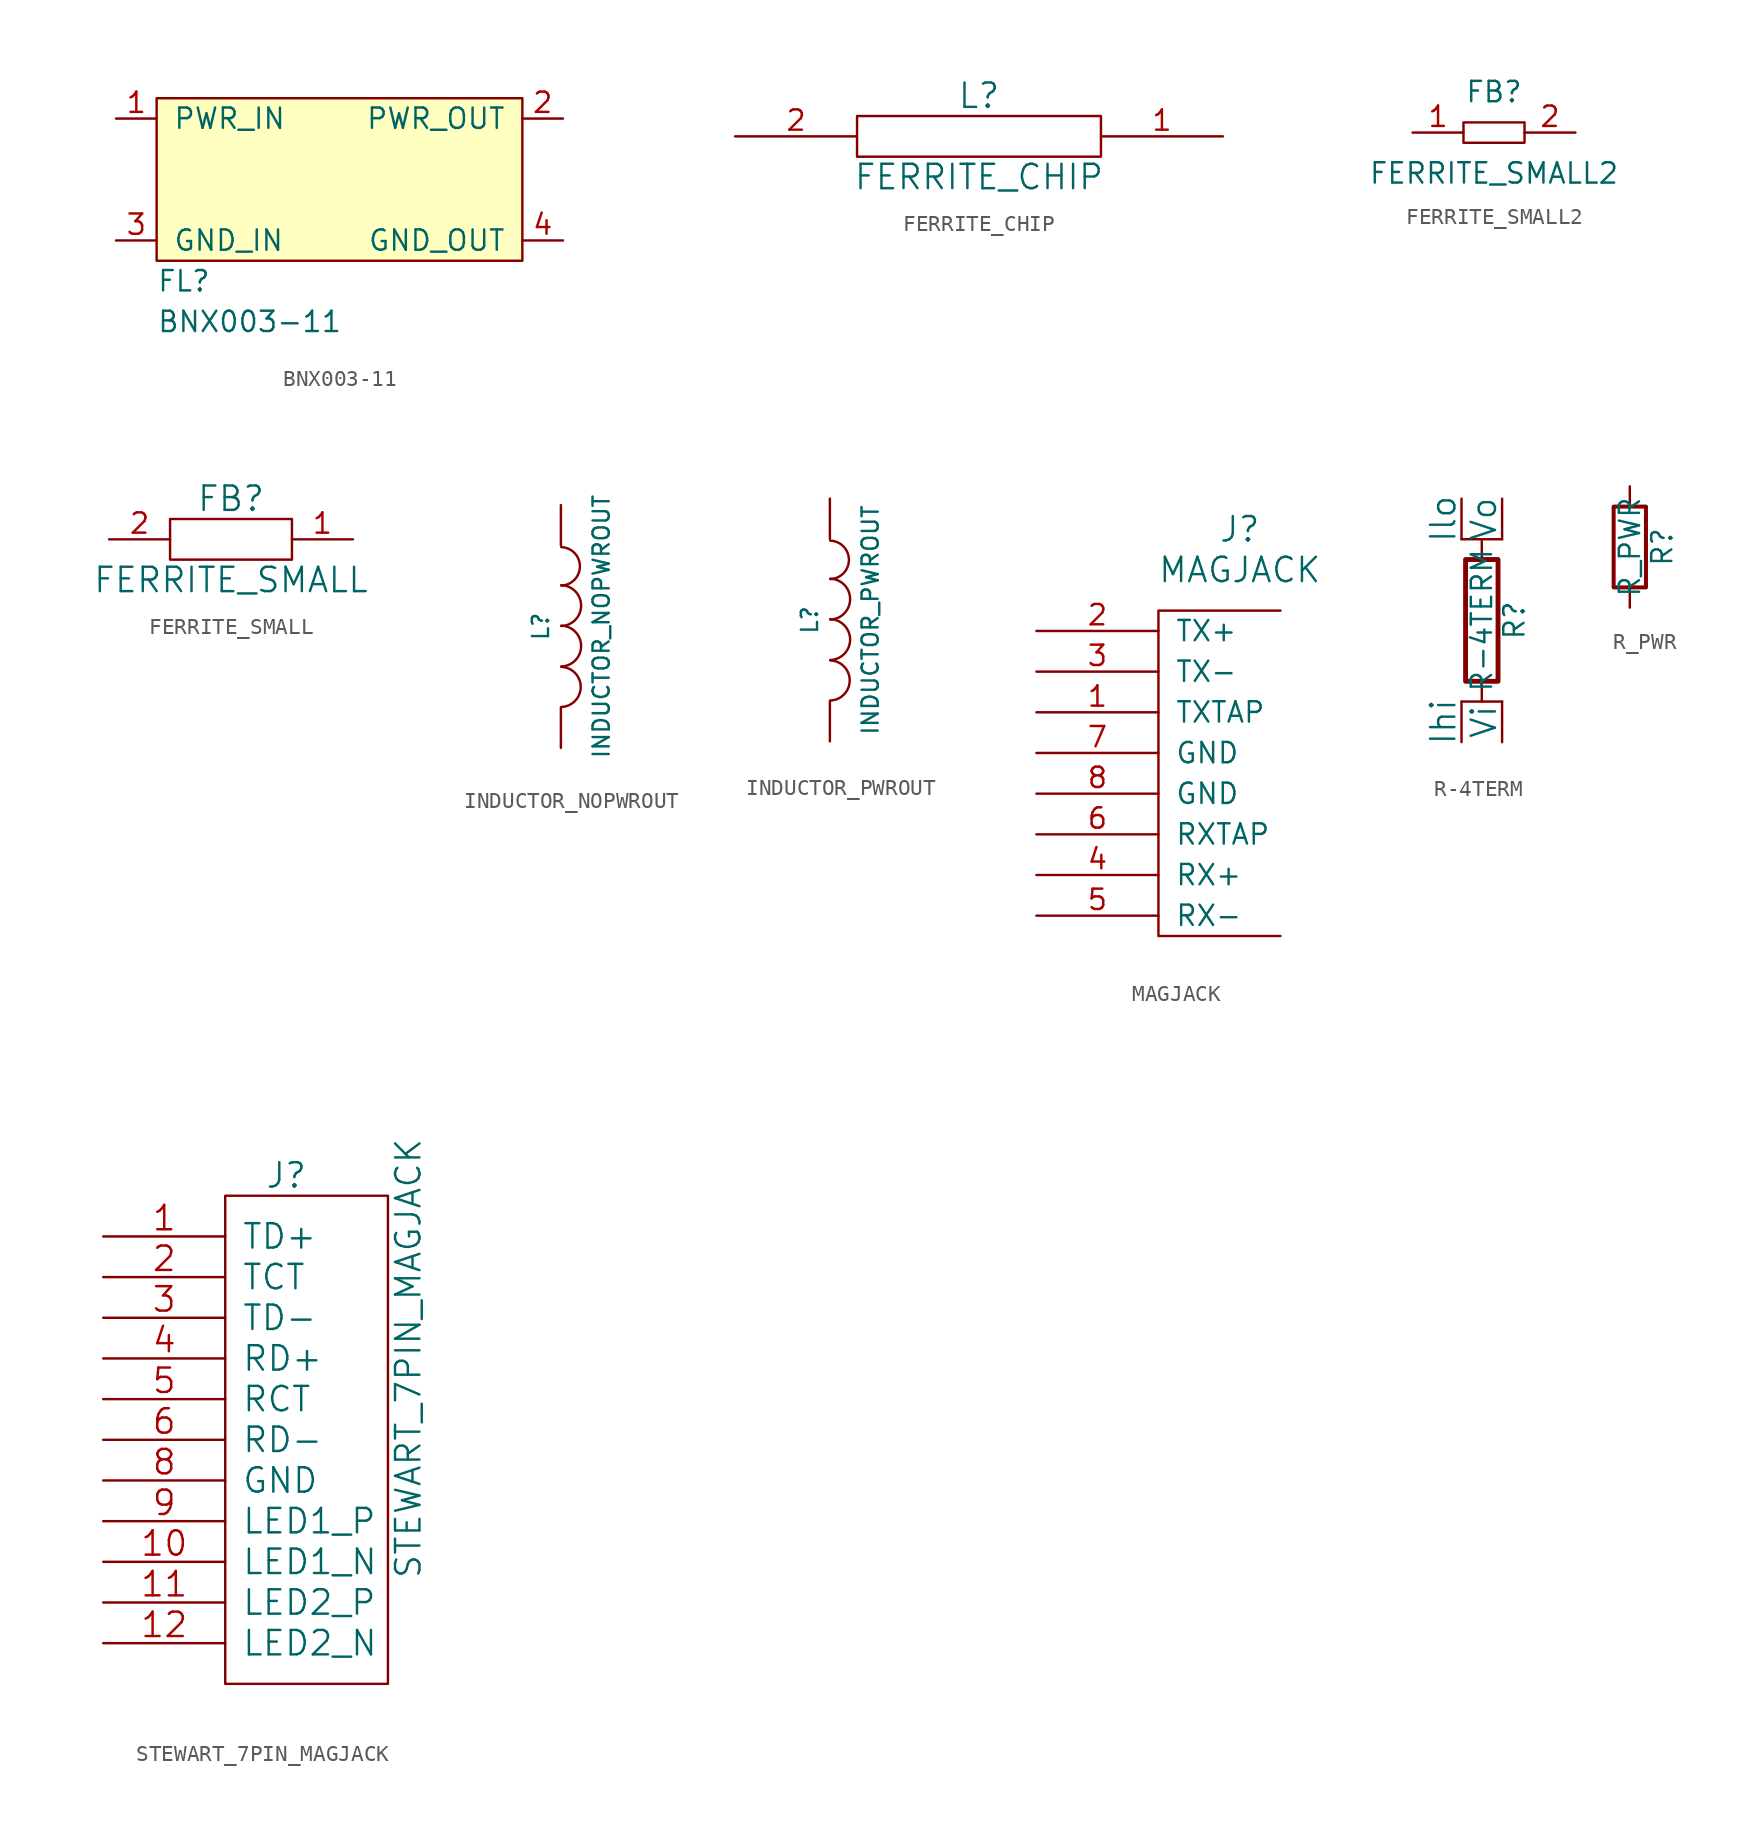
<source format=kicad_sym>
(kicad_symbol_lib
  (version 20211014)
  (generator kicad_symbol_editor)
  (symbol "BNX003-11"
    (pin_names
      (offset 1.016))
    (property "Reference" "FL"
      (at 0 -1.27 0)
      (effects (font (size 1.27 1.27)) (justify left)))
    (property "Value" "BNX003-11"
      (at 0 -3.81 0)
      (effects (font (size 1.27 1.27)) (justify left)))
    (symbol "BNX003-11_0_1"
      (rectangle (start 0 10.16) (end 22.86 0) (stroke (width 0) (type default) (color 0 0 0 0)) (fill (type background))))
    (symbol "BNX003-11_1_1"
      (pin power_in line (at -2.54 8.89 0) (length 2.54) (name "PWR_IN" (effects (font (size 1.27 1.27)))) (number "1" (effects (font (size 1.27 1.27)))))
      (pin power_out line (at 25.4 8.89 180) (length 2.54) (name "PWR_OUT" (effects (font (size 1.27 1.27)))) (number "2" (effects (font (size 1.27 1.27)))))
      (pin power_in line (at -2.54 1.27 0) (length 2.54) (name "GND_IN" (effects (font (size 1.27 1.27)))) (number "3" (effects (font (size 1.27 1.27)))))
      (pin power_out line (at 25.4 1.27 180) (length 2.54) (name "GND_OUT" (effects (font (size 1.27 1.27)))) (number "4" (effects (font (size 1.27 1.27)))))))
  (symbol "FERRITE_CHIP"
    (pin_names
      (offset 1.016))
    (property "Reference" "L"
      (at 0 2.54 0)
      (effects (font (size 1.524 1.524))))
    (property "Value" "FERRITE_CHIP"
      (at 0 -2.54 0)
      (effects (font (size 1.524 1.524))))
    (property "Footprint" ""
      (at 0 0 0)
      (effects (font (size 1.524 1.524))))
    (property "Datasheet" ""
      (at 0 0 0)
      (effects (font (size 1.524 1.524))))
    (symbol "FERRITE_CHIP_0_1"
      (rectangle (start -7.62 1.27) (end 7.62 -1.27) (stroke (width 0) (type default) (color 0 0 0 0)) (fill (type none))))
    (symbol "FERRITE_CHIP_1_1"
      (pin power_out line (at 15.24 0 180) (length 7.62) (name "~" (effects (font (size 1.27 1.27)))) (number "1" (effects (font (size 1.27 1.27)))))
      (pin power_in line (at -15.24 0 0) (length 7.62) (name "~" (effects (font (size 1.27 1.27)))) (number "2" (effects (font (size 1.27 1.27)))))))
  (symbol "FERRITE_SMALL2"
    (pin_names
      (offset 1.016))
    (property "Reference" "FB"
      (at 0 2.54 0)
      (effects (font (size 1.27 1.27))))
    (property "Value" "FERRITE_SMALL2"
      (at 0 -2.54 0)
      (effects (font (size 1.27 1.27))))
    (property "Footprint" ""
      (at 0 0 0)
      (effects (font (size 1.524 1.524))))
    (property "Datasheet" ""
      (at 0 0 0)
      (effects (font (size 1.524 1.524))))
    (symbol "FERRITE_SMALL2_0_1"
      (rectangle (start -1.905 0.635) (end 1.905 -0.635) (stroke (width 0) (type default) (color 0 0 0 0)) (fill (type none))))
    (symbol "FERRITE_SMALL2_1_1"
      (pin input line (at -5.08 0 0) (length 3.175) (name "~" (effects (font (size 1.27 1.27)))) (number "1" (effects (font (size 1.27 1.27)))))
      (pin power_out line (at 5.08 0 180) (length 3.175) (name "~" (effects (font (size 1.27 1.27)))) (number "2" (effects (font (size 1.27 1.27)))))))
  (symbol "FERRITE_SMALL"
    (pin_names
      (offset 1.016))
    (property "Reference" "FB"
      (at 0 2.54 0)
      (effects (font (size 1.524 1.524))))
    (property "Value" "FERRITE_SMALL"
      (at 0 -2.54 0)
      (effects (font (size 1.524 1.524))))
    (property "Footprint" ""
      (at 0 0 0)
      (effects (font (size 1.524 1.524))))
    (property "Datasheet" ""
      (at 0 0 0)
      (effects (font (size 1.524 1.524))))
    (symbol "FERRITE_SMALL_0_1"
      (rectangle (start -3.81 1.27) (end 3.81 -1.27) (stroke (width 0) (type default) (color 0 0 0 0)) (fill (type none))))
    (symbol "FERRITE_SMALL_1_1"
      (pin power_out line (at 7.62 0 180) (length 3.81) (name "~" (effects (font (size 1.27 1.27)))) (number "1" (effects (font (size 1.27 1.27)))))
      (pin input line (at -7.62 0 0) (length 3.81) (name "~" (effects (font (size 1.27 1.27)))) (number "2" (effects (font (size 1.27 1.27)))))))
  (symbol "INDUCTOR_NOPWROUT"
    (pin_numbers hide)
    (pin_names
      (offset 1.016) hide)
    (property "Reference" "L"
      (at -1.27 0 90)
      (effects (font (size 1.016 1.016))))
    (property "Value" "INDUCTOR_NOPWROUT"
      (at 2.54 0 90)
      (effects (font (size 1.016 1.016))))
    (property "Footprint" ""
      (at 0 0 0)
      (effects (font (size 1.524 1.524))))
    (property "Datasheet" ""
      (at 0 0 0)
      (effects (font (size 1.524 1.524))))
    (symbol "INDUCTOR_NOPWROUT_0_1"
      (arc (start 0.0254 -5.0546) (mid 1.2449 -3.8097) (end 0.0254 -2.54) (stroke (width 0) (type default) (color 0 0 0 0)) (fill (type none)))
      (arc (start 0.0254 -2.5146) (mid 1.2703 -1.2444) (end 0.0254 0.0508) (stroke (width 0) (type default) (color 0 0 0 0)) (fill (type none)))
      (arc (start 0.0254 0.0254) (mid 1.2703 1.2956) (end 0.0254 2.5908) (stroke (width 0) (type default) (color 0 0 0 0)) (fill (type none)))
      (arc (start 0.0254 2.5654) (mid 1.1941 3.7595) (end 0.0254 4.9784) (stroke (width 0) (type default) (color 0 0 0 0)) (fill (type none))))
    (symbol "INDUCTOR_NOPWROUT_1_1"
      (pin passive line (at 0 7.62 270) (length 2.54) (name "1" (effects (font (size 1.778 1.778)))) (number "1" (effects (font (size 1.778 1.778)))))
      (pin passive line (at 0 -7.62 90) (length 2.54) (name "2" (effects (font (size 1.778 1.778)))) (number "2" (effects (font (size 1.778 1.778)))))))
  (symbol "INDUCTOR_PWROUT"
    (pin_numbers hide)
    (pin_names
      (offset 1.016) hide)
    (property "Reference" "L"
      (at -1.27 0 90)
      (effects (font (size 1.016 1.016))))
    (property "Value" "INDUCTOR_PWROUT"
      (at 2.54 0 90)
      (effects (font (size 1.016 1.016))))
    (property "Footprint" ""
      (at 0 0 0)
      (effects (font (size 1.524 1.524))))
    (property "Datasheet" ""
      (at 0 0 0)
      (effects (font (size 1.524 1.524))))
    (symbol "INDUCTOR_PWROUT_0_1"
      (arc (start 0.0254 -5.0546) (mid 1.2449 -3.8097) (end 0.0254 -2.54) (stroke (width 0) (type default) (color 0 0 0 0)) (fill (type none)))
      (arc (start 0.0254 -2.5146) (mid 1.2703 -1.2444) (end 0.0254 0.0508) (stroke (width 0) (type default) (color 0 0 0 0)) (fill (type none)))
      (arc (start 0.0254 0.0254) (mid 1.2703 1.2956) (end 0.0254 2.5908) (stroke (width 0) (type default) (color 0 0 0 0)) (fill (type none)))
      (arc (start 0.0254 2.5654) (mid 1.1941 3.7595) (end 0.0254 4.9784) (stroke (width 0) (type default) (color 0 0 0 0)) (fill (type none))))
    (symbol "INDUCTOR_PWROUT_1_1"
      (pin power_out line (at 0 7.62 270) (length 2.54) (name "1" (effects (font (size 1.778 1.778)))) (number "1" (effects (font (size 1.778 1.778)))))
      (pin passive line (at 0 -7.62 90) (length 2.54) (name "2" (effects (font (size 1.778 1.778)))) (number "2" (effects (font (size 1.778 1.778)))))))
  (symbol "MAGJACK"
    (pin_names
      (offset 1.016))
    (property "Reference" "J"
      (at 5.08 24.13 0)
      (effects (font (size 1.524 1.524))))
    (property "Value" "MAGJACK"
      (at 5.08 21.59 0)
      (effects (font (size 1.524 1.524))))
    (property "Footprint" ""
      (at 0 0 0)
      (effects (font (size 1.524 1.524))))
    (property "Datasheet" ""
      (at 0 0 0)
      (effects (font (size 1.524 1.524))))
    (symbol "MAGJACK_0_1"
      (polyline (pts (xy 7.62 19.05) (xy 0 19.05) (xy 0 -1.27) (xy 7.62 -1.27)) (stroke (width 0) (type default) (color 0 0 0 0)) (fill (type none))))
    (symbol "MAGJACK_1_1"
      (pin input line (at -7.62 12.7 0) (length 7.62) (name "TXTAP" (effects (font (size 1.27 1.27)))) (number "1" (effects (font (size 1.27 1.27)))))
      (pin input line (at -7.62 17.78 0) (length 7.62) (name "TX+" (effects (font (size 1.27 1.27)))) (number "2" (effects (font (size 1.27 1.27)))))
      (pin input line (at -7.62 15.24 0) (length 7.62) (name "TX-" (effects (font (size 1.27 1.27)))) (number "3" (effects (font (size 1.27 1.27)))))
      (pin output line (at -7.62 2.54 0) (length 7.62) (name "RX+" (effects (font (size 1.27 1.27)))) (number "4" (effects (font (size 1.27 1.27)))))
      (pin output line (at -7.62 0 0) (length 7.62) (name "RX-" (effects (font (size 1.27 1.27)))) (number "5" (effects (font (size 1.27 1.27)))))
      (pin output line (at -7.62 5.08 0) (length 7.62) (name "RXTAP" (effects (font (size 1.27 1.27)))) (number "6" (effects (font (size 1.27 1.27)))))
      (pin power_in line (at -7.62 10.16 0) (length 7.62) (name "GND" (effects (font (size 1.27 1.27)))) (number "7" (effects (font (size 1.27 1.27)))))
      (pin power_in line (at -7.62 7.62 0) (length 7.62) (name "GND" (effects (font (size 1.27 1.27)))) (number "8" (effects (font (size 1.27 1.27)))))))
  (symbol "R-4TERM"
    (pin_numbers hide)
    (pin_names
      (offset 0))
    (property "Reference" "R"
      (at 2.032 0 90)
      (effects (font (size 1.27 1.27))))
    (property "Value" "R-4TERM"
      (at 0 0 90)
      (effects (font (size 1.27 1.27))))
    (property "Footprint" ""
      (at 0 0 0)
      (effects (font (size 1.524 1.524))))
    (property "Datasheet" ""
      (at 0 0 0)
      (effects (font (size 1.524 1.524))))
    (symbol "R-4TERM_0_1"
      (rectangle (start -1.016 3.81) (end 1.016 -3.81) (stroke (width 0.305) (type default) (color 0 0 0 0)) (fill (type none)))
      (polyline (pts (xy -1.27 -5.08) (xy 1.27 -5.08)) (stroke (width 0) (type default) (color 0 0 0 0)) (fill (type none)))
      (polyline (pts (xy 0 -5.08) (xy 0 -3.81)) (stroke (width 0) (type default) (color 0 0 0 0)) (fill (type none)))
      (polyline (pts (xy -1.27 5.08) (xy 0 5.08) (xy 0 3.81) (xy 0 5.08) (xy 1.27 5.08)) (stroke (width 0) (type default) (color 0 0 0 0)) (fill (type none))))
    (symbol "R-4TERM_1_1"
      (pin power_out line (at -1.27 7.62 270) (length 2.54) (name "Ilo" (effects (font (size 1.524 1.524)))) (number "1" (effects (font (size 1.524 1.524)))))
      (pin power_out line (at 1.27 7.62 270) (length 2.54) (name "Vo" (effects (font (size 1.524 1.524)))) (number "2" (effects (font (size 1.524 1.524)))))
      (pin power_out line (at -1.27 -7.62 90) (length 2.54) (name "Ihi" (effects (font (size 1.524 1.524)))) (number "3" (effects (font (size 1.524 1.524)))))
      (pin power_in line (at 1.27 -7.62 90) (length 2.54) (name "Vi" (effects (font (size 1.524 1.524)))) (number "4" (effects (font (size 1.524 1.524)))))))
  (symbol "R_PWR"
    (pin_numbers hide)
    (pin_names
      (offset 0))
    (property "Reference" "R"
      (at 2.032 0 90)
      (effects (font (size 1.27 1.27))))
    (property "Value" "R_PWR"
      (at 0 0 90)
      (effects (font (size 1.27 1.27))))
    (symbol "R_PWR_0_1"
      (rectangle (start -1.016 -2.54) (end 1.016 2.54) (stroke (width 0.254) (type default) (color 0 0 0 0)) (fill (type none))))
    (symbol "R_PWR_1_1"
      (pin power_out line (at 0 3.81 270) (length 1.27) (name "~" (effects (font (size 1.27 1.27)))) (number "1" (effects (font (size 1.27 1.27)))))
      (pin power_in line (at 0 -3.81 90) (length 1.27) (name "~" (effects (font (size 1.27 1.27)))) (number "2" (effects (font (size 1.27 1.27)))))))
  (symbol "STEWART_7PIN_MAGJACK"
    (pin_names
      (offset 1.016))
    (property "Reference" "J"
      (at 3.81 19.05 0)
      (effects (font (size 1.524 1.524))))
    (property "Value" "STEWART_7PIN_MAGJACK"
      (at 11.43 7.62 90)
      (effects (font (size 1.524 1.524))))
    (property "Footprint" ""
      (at 0 0 0)
      (effects (font (size 1.524 1.524))))
    (property "Datasheet" ""
      (at 0 0 0)
      (effects (font (size 1.524 1.524))))
    (symbol "STEWART_7PIN_MAGJACK_0_1"
      (rectangle (start 0 17.78) (end 10.16 -12.7) (stroke (width 0) (type default) (color 0 0 0 0)) (fill (type none))))
    (symbol "STEWART_7PIN_MAGJACK_1_1"
      (pin passive line (at -7.62 15.24 0) (length 7.62) (name "TD+" (effects (font (size 1.524 1.524)))) (number "1" (effects (font (size 1.524 1.524)))))
      (pin passive line (at -7.62 -5.08 0) (length 7.62) (name "LED1_N" (effects (font (size 1.524 1.524)))) (number "10" (effects (font (size 1.524 1.524)))))
      (pin passive line (at -7.62 -7.62 0) (length 7.62) (name "LED2_P" (effects (font (size 1.524 1.524)))) (number "11" (effects (font (size 1.524 1.524)))))
      (pin passive line (at -7.62 -10.16 0) (length 7.62) (name "LED2_N" (effects (font (size 1.524 1.524)))) (number "12" (effects (font (size 1.524 1.524)))))
      (pin passive line (at -7.62 12.7 0) (length 7.62) (name "TCT" (effects (font (size 1.524 1.524)))) (number "2" (effects (font (size 1.524 1.524)))))
      (pin passive line (at -7.62 10.16 0) (length 7.62) (name "TD-" (effects (font (size 1.524 1.524)))) (number "3" (effects (font (size 1.524 1.524)))))
      (pin passive line (at -7.62 7.62 0) (length 7.62) (name "RD+" (effects (font (size 1.524 1.524)))) (number "4" (effects (font (size 1.524 1.524)))))
      (pin passive line (at -7.62 5.08 0) (length 7.62) (name "RCT" (effects (font (size 1.524 1.524)))) (number "5" (effects (font (size 1.524 1.524)))))
      (pin passive line (at -7.62 2.54 0) (length 7.62) (name "RD-" (effects (font (size 1.524 1.524)))) (number "6" (effects (font (size 1.524 1.524)))))
      (pin passive line (at -7.62 0 0) (length 7.62) (name "GND" (effects (font (size 1.524 1.524)))) (number "8" (effects (font (size 1.524 1.524)))))
      (pin passive line (at -7.62 -2.54 0) (length 7.62) (name "LED1_P" (effects (font (size 1.524 1.524)))) (number "9" (effects (font (size 1.524 1.524))))))))
</source>
